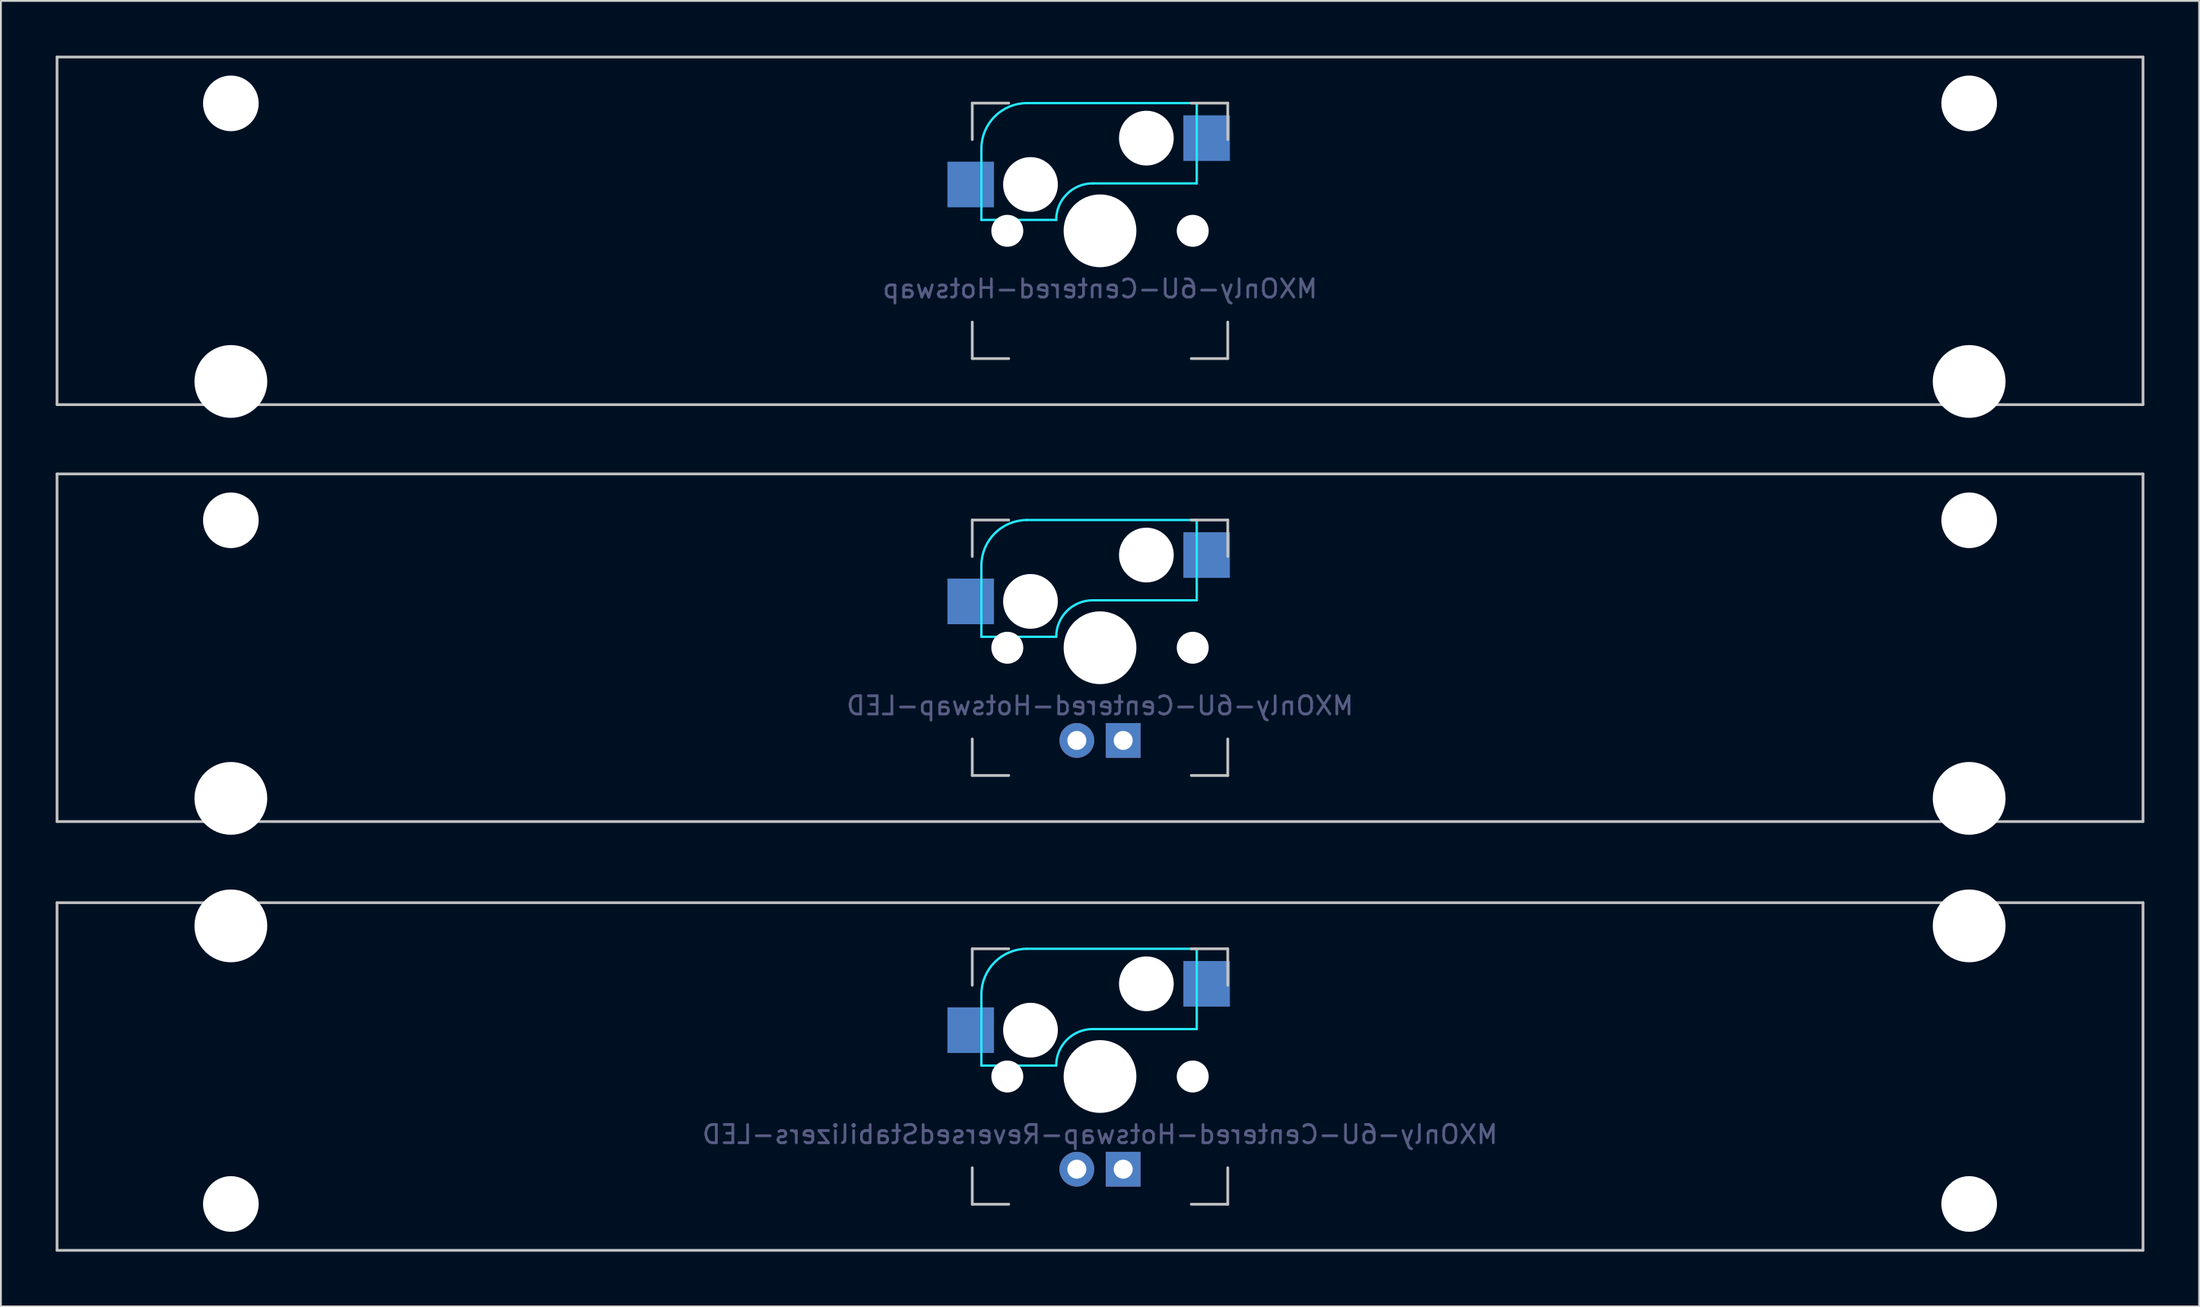
<source format=kicad_pcb>
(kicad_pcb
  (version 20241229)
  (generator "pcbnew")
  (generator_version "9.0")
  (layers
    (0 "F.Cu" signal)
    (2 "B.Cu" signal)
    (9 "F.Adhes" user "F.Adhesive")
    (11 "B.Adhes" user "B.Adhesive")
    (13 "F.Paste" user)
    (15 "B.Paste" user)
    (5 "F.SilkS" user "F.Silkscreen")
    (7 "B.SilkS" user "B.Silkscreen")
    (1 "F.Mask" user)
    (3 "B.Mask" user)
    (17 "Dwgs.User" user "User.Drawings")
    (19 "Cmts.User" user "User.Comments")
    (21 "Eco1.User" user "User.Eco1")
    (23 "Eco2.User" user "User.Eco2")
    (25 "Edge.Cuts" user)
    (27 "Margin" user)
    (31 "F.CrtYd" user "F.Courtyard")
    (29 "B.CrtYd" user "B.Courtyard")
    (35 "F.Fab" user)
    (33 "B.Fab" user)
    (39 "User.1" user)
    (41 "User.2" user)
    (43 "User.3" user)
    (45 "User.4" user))
  (footprint "MXOnly-6U-Centered-Hotswap-ReversedStabilizers-LED"
    (layer "F.Cu")
    (at 57.225 55.947)
    (property "Reference" "MXOnly-6U-Centered-Hotswap-ReversedStabilizers-LED" (at 0 3.175 0) (layer "B.Fab") (effects (font (size 1 1) (thickness 0.15)) (justify mirror)))
    (attr through_hole)
    (fp_line (start -57.15 -9.525) (end 57.15 -9.525) (stroke (width 0.15) (type solid)) (layer "Dwgs.User"))
    (fp_line (start -57.15 9.525) (end -57.15 -9.525) (stroke (width 0.15) (type solid)) (layer "Dwgs.User"))
    (fp_line (start -57.15 9.525) (end 57.15 9.525) (stroke (width 0.15) (type solid)) (layer "Dwgs.User"))
    (fp_line (start -7 -7) (end -7 -5) (stroke (width 0.15) (type solid)) (layer "Dwgs.User"))
    (fp_line (start -7 5) (end -7 7) (stroke (width 0.15) (type solid)) (layer "Dwgs.User"))
    (fp_line (start -7 7) (end -5 7) (stroke (width 0.15) (type solid)) (layer "Dwgs.User"))
    (fp_line (start -5 -7) (end -7 -7) (stroke (width 0.15) (type solid)) (layer "Dwgs.User"))
    (fp_line (start 5 -7) (end 7 -7) (stroke (width 0.15) (type solid)) (layer "Dwgs.User"))
    (fp_line (start 5 7) (end 7 7) (stroke (width 0.15) (type solid)) (layer "Dwgs.User"))
    (fp_line (start 7 -7) (end 7 -5) (stroke (width 0.15) (type solid)) (layer "Dwgs.User"))
    (fp_line (start 7 7) (end 7 5) (stroke (width 0.15) (type solid)) (layer "Dwgs.User"))
    (fp_line (start 57.15 -9.525) (end 57.15 9.525) (stroke (width 0.15) (type solid)) (layer "Dwgs.User"))
    (fp_line (start -6.5 -4.5) (end -6.5 -0.6) (stroke (width 0.127) (type solid)) (layer "B.CrtYd"))
    (fp_line (start -6.5 -0.6) (end -2.4 -0.6) (stroke (width 0.127) (type solid)) (layer "B.CrtYd"))
    (fp_line (start -0.4 -2.6) (end 5.3 -2.6) (stroke (width 0.127) (type solid)) (layer "B.CrtYd"))
    (fp_line (start 5.3 -7) (end -4 -7) (stroke (width 0.127) (type solid)) (layer "B.CrtYd"))
    (fp_line (start 5.3 -7) (end 5.3 -2.6) (stroke (width 0.127) (type solid)) (layer "B.CrtYd"))
    (fp_arc (start -6.5 -4.5) (mid -5.767767 -6.267767) (end -4 -7) (stroke (width 0.127) (type solid)) (layer "B.CrtYd"))
    (fp_arc (start -2.4 -0.6) (mid -1.814214 -2.014214) (end -0.4 -2.6) (stroke (width 0.127) (type solid)) (layer "B.CrtYd"))
    (pad "" np_thru_hole circle (at -47.625 -8.255) (size 3.988 3.988) (drill 3.988) (layers "*.Cu" "*.Mask"))
    (pad "" np_thru_hole circle (at -47.625 6.985) (size 3.048 3.048) (drill 3.048) (layers "*.Cu" "*.Mask"))
    (pad "" np_thru_hole circle (at -5.08 0 48.1) (size 1.75 1.75) (drill 1.75) (layers "*.Cu" "*.Mask"))
    (pad "" np_thru_hole circle (at -3.81 -2.54) (size 3 3) (drill 3) (layers "*.Cu" "*.Mask"))
    (pad "" np_thru_hole circle (at 0 0) (size 3.988 3.988) (drill 3.988) (layers "*.Cu" "*.Mask"))
    (pad "" np_thru_hole circle (at 2.54 -5.08) (size 3 3) (drill 3) (layers "*.Cu" "*.Mask"))
    (pad "" np_thru_hole circle (at 5.08 0 48.1) (size 1.75 1.75) (drill 1.75) (layers "*.Cu" "*.Mask"))
    (pad "" np_thru_hole circle (at 47.625 -8.255) (size 3.988 3.988) (drill 3.988) (layers "*.Cu" "*.Mask"))
    (pad "" np_thru_hole circle (at 47.625 6.985) (size 3.048 3.048) (drill 3.048) (layers "*.Cu" "*.Mask"))
    (pad "1" smd rect (at -7.085 -2.54) (size 2.55 2.5) (layers "B.Cu" "B.Mask" "B.Paste"))
    (pad "2" smd rect (at 5.842 -5.08) (size 2.55 2.5) (layers "B.Cu" "B.Mask" "B.Paste"))
    (pad "3" thru_hole circle (at -1.27 5.08) (size 1.905 1.905) (drill 1.04) (layers "*.Cu" "B.Mask"))
    (pad "4" thru_hole rect (at 1.27 5.08) (size 1.905 1.905) (drill 1.04) (layers "*.Cu" "B.Mask")))
  (footprint "MXOnly-6U-Centered-Hotswap-LED"
    (layer "F.Cu")
    (at 57.225 32.449)
    (property "Reference" "MXOnly-6U-Centered-Hotswap-LED" (at 0 3.175 0) (layer "B.Fab") (effects (font (size 1 1) (thickness 0.15)) (justify mirror)))
    (attr through_hole)
    (fp_line (start -57.15 -9.525) (end 57.15 -9.525) (stroke (width 0.15) (type solid)) (layer "Dwgs.User"))
    (fp_line (start -57.15 9.525) (end -57.15 -9.525) (stroke (width 0.15) (type solid)) (layer "Dwgs.User"))
    (fp_line (start -57.15 9.525) (end 57.15 9.525) (stroke (width 0.15) (type solid)) (layer "Dwgs.User"))
    (fp_line (start -7 -7) (end -7 -5) (stroke (width 0.15) (type solid)) (layer "Dwgs.User"))
    (fp_line (start -7 5) (end -7 7) (stroke (width 0.15) (type solid)) (layer "Dwgs.User"))
    (fp_line (start -7 7) (end -5 7) (stroke (width 0.15) (type solid)) (layer "Dwgs.User"))
    (fp_line (start -5 -7) (end -7 -7) (stroke (width 0.15) (type solid)) (layer "Dwgs.User"))
    (fp_line (start 5 -7) (end 7 -7) (stroke (width 0.15) (type solid)) (layer "Dwgs.User"))
    (fp_line (start 5 7) (end 7 7) (stroke (width 0.15) (type solid)) (layer "Dwgs.User"))
    (fp_line (start 7 -7) (end 7 -5) (stroke (width 0.15) (type solid)) (layer "Dwgs.User"))
    (fp_line (start 7 7) (end 7 5) (stroke (width 0.15) (type solid)) (layer "Dwgs.User"))
    (fp_line (start 57.15 -9.525) (end 57.15 9.525) (stroke (width 0.15) (type solid)) (layer "Dwgs.User"))
    (fp_line (start -6.5 -4.5) (end -6.5 -0.6) (stroke (width 0.127) (type solid)) (layer "B.CrtYd"))
    (fp_line (start -6.5 -0.6) (end -2.4 -0.6) (stroke (width 0.127) (type solid)) (layer "B.CrtYd"))
    (fp_line (start -0.4 -2.6) (end 5.3 -2.6) (stroke (width 0.127) (type solid)) (layer "B.CrtYd"))
    (fp_line (start 5.3 -7) (end -4 -7) (stroke (width 0.127) (type solid)) (layer "B.CrtYd"))
    (fp_line (start 5.3 -7) (end 5.3 -2.6) (stroke (width 0.127) (type solid)) (layer "B.CrtYd"))
    (fp_arc (start -6.5 -4.5) (mid -5.767767 -6.267767) (end -4 -7) (stroke (width 0.127) (type solid)) (layer "B.CrtYd"))
    (fp_arc (start -2.4 -0.6) (mid -1.814214 -2.014214) (end -0.4 -2.6) (stroke (width 0.127) (type solid)) (layer "B.CrtYd"))
    (pad "" np_thru_hole circle (at -47.625 -6.985) (size 3.048 3.048) (drill 3.048) (layers "*.Cu" "*.Mask"))
    (pad "" np_thru_hole circle (at -47.625 8.255) (size 3.988 3.988) (drill 3.988) (layers "*.Cu" "*.Mask"))
    (pad "" np_thru_hole circle (at -5.08 0 48.1) (size 1.75 1.75) (drill 1.75) (layers "*.Cu" "*.Mask"))
    (pad "" np_thru_hole circle (at -3.81 -2.54) (size 3 3) (drill 3) (layers "*.Cu" "*.Mask"))
    (pad "" np_thru_hole circle (at 0 0) (size 3.988 3.988) (drill 3.988) (layers "*.Cu" "*.Mask"))
    (pad "" np_thru_hole circle (at 2.54 -5.08) (size 3 3) (drill 3) (layers "*.Cu" "*.Mask"))
    (pad "" np_thru_hole circle (at 5.08 0 48.1) (size 1.75 1.75) (drill 1.75) (layers "*.Cu" "*.Mask"))
    (pad "" np_thru_hole circle (at 47.625 -6.985) (size 3.048 3.048) (drill 3.048) (layers "*.Cu" "*.Mask"))
    (pad "" np_thru_hole circle (at 47.625 8.255) (size 3.988 3.988) (drill 3.988) (layers "*.Cu" "*.Mask"))
    (pad "1" smd rect (at -7.085 -2.54) (size 2.55 2.5) (layers "B.Cu" "B.Mask" "B.Paste"))
    (pad "2" smd rect (at 5.842 -5.08) (size 2.55 2.5) (layers "B.Cu" "B.Mask" "B.Paste"))
    (pad "3" thru_hole circle (at -1.27 5.08) (size 1.905 1.905) (drill 1.04) (layers "*.Cu" "B.Mask"))
    (pad "4" thru_hole rect (at 1.27 5.08) (size 1.905 1.905) (drill 1.04) (layers "*.Cu" "B.Mask")))
  (footprint "MXOnly-6U-Centered-Hotswap"
    (layer "F.Cu")
    (at 57.225 9.6)
    (property "Reference" "MXOnly-6U-Centered-Hotswap" (at 0 3.175 0) (layer "B.Fab") (effects (font (size 1 1) (thickness 0.15)) (justify mirror)))
    (attr through_hole)
    (fp_line (start -57.15 -9.525) (end 57.15 -9.525) (stroke (width 0.15) (type solid)) (layer "Dwgs.User"))
    (fp_line (start -57.15 9.525) (end -57.15 -9.525) (stroke (width 0.15) (type solid)) (layer "Dwgs.User"))
    (fp_line (start -57.15 9.525) (end 57.15 9.525) (stroke (width 0.15) (type solid)) (layer "Dwgs.User"))
    (fp_line (start -7 -7) (end -7 -5) (stroke (width 0.15) (type solid)) (layer "Dwgs.User"))
    (fp_line (start -7 5) (end -7 7) (stroke (width 0.15) (type solid)) (layer "Dwgs.User"))
    (fp_line (start -7 7) (end -5 7) (stroke (width 0.15) (type solid)) (layer "Dwgs.User"))
    (fp_line (start -5 -7) (end -7 -7) (stroke (width 0.15) (type solid)) (layer "Dwgs.User"))
    (fp_line (start 5 -7) (end 7 -7) (stroke (width 0.15) (type solid)) (layer "Dwgs.User"))
    (fp_line (start 5 7) (end 7 7) (stroke (width 0.15) (type solid)) (layer "Dwgs.User"))
    (fp_line (start 7 -7) (end 7 -5) (stroke (width 0.15) (type solid)) (layer "Dwgs.User"))
    (fp_line (start 7 7) (end 7 5) (stroke (width 0.15) (type solid)) (layer "Dwgs.User"))
    (fp_line (start 57.15 -9.525) (end 57.15 9.525) (stroke (width 0.15) (type solid)) (layer "Dwgs.User"))
    (fp_line (start -6.5 -4.5) (end -6.5 -0.6) (stroke (width 0.127) (type solid)) (layer "B.CrtYd"))
    (fp_line (start -6.5 -0.6) (end -2.4 -0.6) (stroke (width 0.127) (type solid)) (layer "B.CrtYd"))
    (fp_line (start -0.4 -2.6) (end 5.3 -2.6) (stroke (width 0.127) (type solid)) (layer "B.CrtYd"))
    (fp_line (start 5.3 -7) (end -4 -7) (stroke (width 0.127) (type solid)) (layer "B.CrtYd"))
    (fp_line (start 5.3 -7) (end 5.3 -2.6) (stroke (width 0.127) (type solid)) (layer "B.CrtYd"))
    (fp_arc (start -6.5 -4.5) (mid -5.767767 -6.267767) (end -4 -7) (stroke (width 0.127) (type solid)) (layer "B.CrtYd"))
    (fp_arc (start -2.4 -0.6) (mid -1.814214 -2.014214) (end -0.4 -2.6) (stroke (width 0.127) (type solid)) (layer "B.CrtYd"))
    (pad "" np_thru_hole circle (at -47.625 -6.985) (size 3.048 3.048) (drill 3.048) (layers "*.Cu" "*.Mask"))
    (pad "" np_thru_hole circle (at -47.625 8.255) (size 3.988 3.988) (drill 3.988) (layers "*.Cu" "*.Mask"))
    (pad "" np_thru_hole circle (at -5.08 0 48.1) (size 1.75 1.75) (drill 1.75) (layers "*.Cu" "*.Mask"))
    (pad "" np_thru_hole circle (at -3.81 -2.54) (size 3 3) (drill 3) (layers "*.Cu" "*.Mask"))
    (pad "" np_thru_hole circle (at 0 0) (size 3.988 3.988) (drill 3.988) (layers "*.Cu" "*.Mask"))
    (pad "" np_thru_hole circle (at 2.54 -5.08) (size 3 3) (drill 3) (layers "*.Cu" "*.Mask"))
    (pad "" np_thru_hole circle (at 5.08 0 48.1) (size 1.75 1.75) (drill 1.75) (layers "*.Cu" "*.Mask"))
    (pad "" np_thru_hole circle (at 47.625 -6.985) (size 3.048 3.048) (drill 3.048) (layers "*.Cu" "*.Mask"))
    (pad "" np_thru_hole circle (at 47.625 8.255) (size 3.988 3.988) (drill 3.988) (layers "*.Cu" "*.Mask"))
    (pad "1" smd rect (at -7.085 -2.54) (size 2.55 2.5) (layers "B.Cu" "B.Mask" "B.Paste"))
    (pad "2" smd rect (at 5.842 -5.08) (size 2.55 2.5) (layers "B.Cu" "B.Mask" "B.Paste")))
  (gr_rect
    (start -3 -3)
    (end 117.45 68.547)
    (stroke (width 0.1) (type default))
    (fill no)
    (layer "Edge.Cuts")))
</source>
